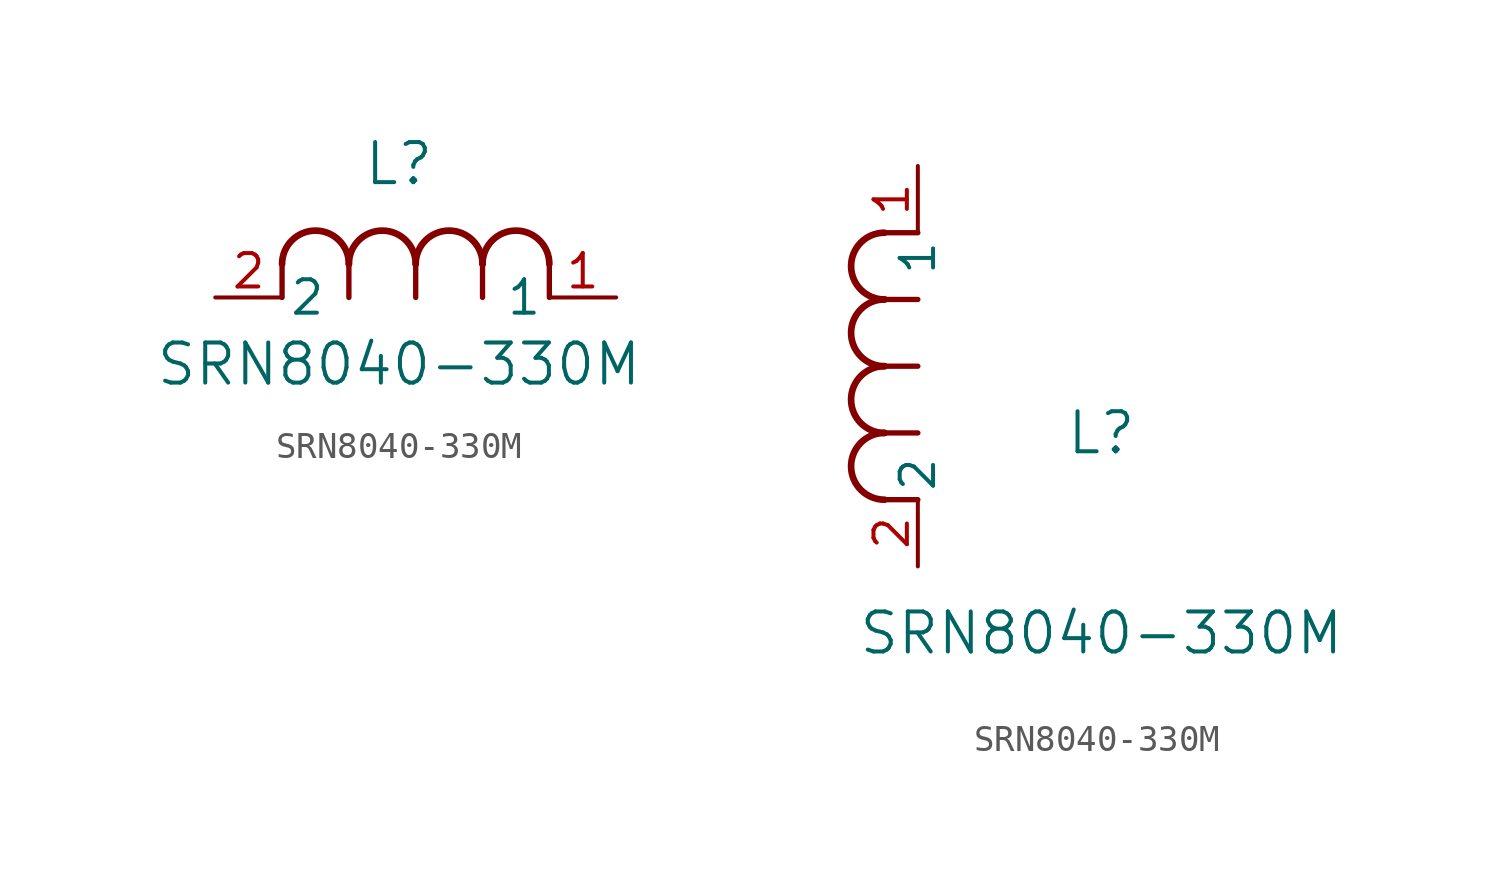
<source format=kicad_sym>
(kicad_symbol_lib
  (version 20211014)
  (generator kicad_symbol_editor)
  (symbol "SRN8040-330M"
    (pin_names
      (offset 0.254))
    (property "Reference" "L"
      (at 6.985 5.08 0)
      (effects (font (size 1.524 1.524))))
    (property "Value" "SRN8040-330M"
      (at 6.985 -2.54 0)
      (effects (font (size 1.524 1.524))))
    (symbol "SRN8040-330M_1_1"
      (arc (start 7.62 1.27) (mid 6.35 2.54) (end 5.08 1.27) (stroke (width 0.254) (type default) (color 0 0 0 0)) (fill (type none)))
      (polyline (pts (xy 5.08 0) (xy 5.08 1.27)) (stroke (width 0.203) (type default) (color 0 0 0 0)) (fill (type none)))
      (polyline (pts (xy 7.62 0) (xy 7.62 1.27)) (stroke (width 0.203) (type default) (color 0 0 0 0)) (fill (type none)))
      (polyline (pts (xy 12.7 0) (xy 12.7 1.27)) (stroke (width 0.203) (type default) (color 0 0 0 0)) (fill (type none)))
      (arc (start 5.08 1.27) (mid 3.81 2.54) (end 2.54 1.27) (stroke (width 0.254) (type default) (color 0 0 0 0)) (fill (type none)))
      (arc (start 10.16 1.27) (mid 8.89 2.54) (end 7.62 1.27) (stroke (width 0.254) (type default) (color 0 0 0 0)) (fill (type none)))
      (arc (start 12.7 1.27) (mid 11.43 2.54) (end 10.16 1.27) (stroke (width 0.254) (type default) (color 0 0 0 0)) (fill (type none)))
      (polyline (pts (xy 2.54 0) (xy 2.54 1.27)) (stroke (width 0.203) (type default) (color 0 0 0 0)) (fill (type none)))
      (polyline (pts (xy 10.16 0) (xy 10.16 1.27)) (stroke (width 0.203) (type default) (color 0 0 0 0)) (fill (type none)))
      (pin unspecified line (at 0 0 0) (length 2.54) (name "2" (effects (font (size 1.27 1.27)))) (number "2" (effects (font (size 1.27 1.27)))))
      (pin unspecified line (at 15.24 0 180) (length 2.54) (name "1" (effects (font (size 1.27 1.27)))) (number "1" (effects (font (size 1.27 1.27))))))
    (symbol "SRN8040-330M_1_2"
      (arc (start -1.27 7.62) (mid -2.54 6.35) (end -1.27 5.08) (stroke (width 0.254) (type default) (color 0 0 0 0)) (fill (type none)))
      (arc (start -1.27 5.08) (mid -2.54 3.81) (end -1.27 2.54) (stroke (width 0.254) (type default) (color 0 0 0 0)) (fill (type none)))
      (arc (start -1.27 12.7) (mid -2.54 11.43) (end -1.27 10.16) (stroke (width 0.254) (type default) (color 0 0 0 0)) (fill (type none)))
      (arc (start -1.27 10.16) (mid -2.54 8.89) (end -1.27 7.62) (stroke (width 0.254) (type default) (color 0 0 0 0)) (fill (type none)))
      (polyline (pts (xy 0 7.62) (xy -1.27 7.62)) (stroke (width 0.203) (type default) (color 0 0 0 0)) (fill (type none)))
      (polyline (pts (xy 0 5.08) (xy -1.27 5.08)) (stroke (width 0.203) (type default) (color 0 0 0 0)) (fill (type none)))
      (polyline (pts (xy 0 12.7) (xy -1.27 12.7)) (stroke (width 0.203) (type default) (color 0 0 0 0)) (fill (type none)))
      (polyline (pts (xy 0 2.54) (xy -1.27 2.54)) (stroke (width 0.203) (type default) (color 0 0 0 0)) (fill (type none)))
      (polyline (pts (xy 0 10.16) (xy -1.27 10.16)) (stroke (width 0.203) (type default) (color 0 0 0 0)) (fill (type none)))
      (pin unspecified line (at 0 0 90) (length 2.54) (name "2" (effects (font (size 1.27 1.27)))) (number "2" (effects (font (size 1.27 1.27)))))
      (pin unspecified line (at 0 15.24 270) (length 2.54) (name "1" (effects (font (size 1.27 1.27)))) (number "1" (effects (font (size 1.27 1.27))))))))
</source>
